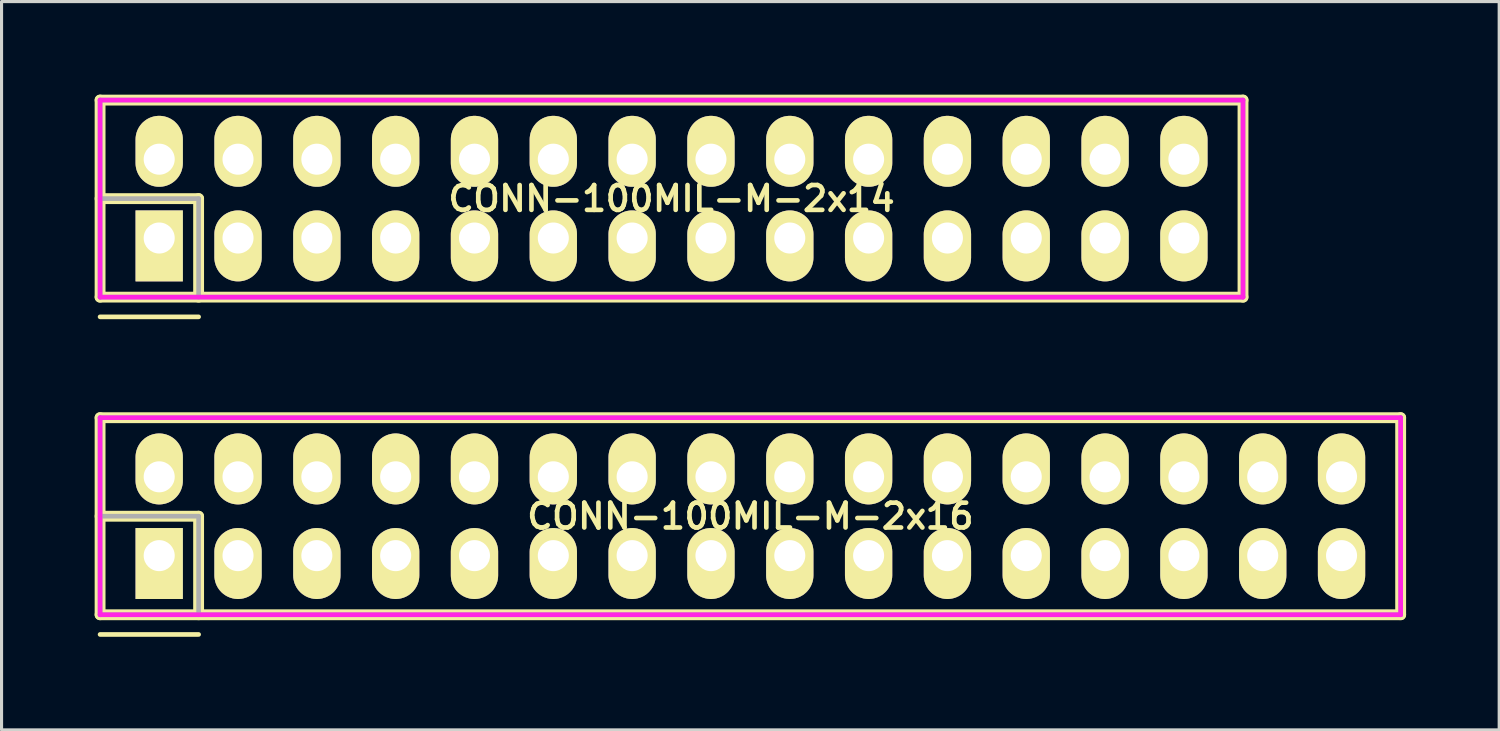
<source format=kicad_pcb>
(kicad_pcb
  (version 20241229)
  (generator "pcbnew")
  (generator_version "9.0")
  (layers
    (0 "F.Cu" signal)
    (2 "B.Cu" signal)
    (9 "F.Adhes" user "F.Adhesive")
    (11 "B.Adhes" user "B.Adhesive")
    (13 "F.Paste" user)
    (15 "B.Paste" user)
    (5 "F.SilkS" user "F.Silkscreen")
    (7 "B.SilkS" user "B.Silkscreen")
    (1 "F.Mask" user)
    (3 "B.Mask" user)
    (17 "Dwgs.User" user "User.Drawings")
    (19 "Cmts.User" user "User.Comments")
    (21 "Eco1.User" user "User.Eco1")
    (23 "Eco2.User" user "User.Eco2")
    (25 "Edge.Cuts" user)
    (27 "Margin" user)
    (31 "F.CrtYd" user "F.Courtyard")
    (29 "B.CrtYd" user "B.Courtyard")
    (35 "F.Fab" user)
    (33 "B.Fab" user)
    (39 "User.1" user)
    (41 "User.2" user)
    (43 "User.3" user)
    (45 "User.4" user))
  (footprint "CONN-100MIL-M-2x16"
    (layer "F.Cu")
    (at 21.13 13.585)
    (property "Reference" "CONN-100MIL-M-2x16" (at 0 0 0) (layer "F.SilkS") (effects (font (size 0.8 0.8) (thickness 0.15))))
    (attr through_hole)
    (fp_line (start -20.955 -3.175) (end 20.955 -3.175) (stroke (width 0.35) (type solid)) (layer "F.SilkS"))
    (fp_line (start -20.955 0) (end -17.78 0) (stroke (width 0.35) (type solid)) (layer "F.SilkS"))
    (fp_line (start -20.955 3.175) (end -20.955 -3.175) (stroke (width 0.35) (type solid)) (layer "F.SilkS"))
    (fp_line (start -20.955 3.81) (end -17.78 3.81) (stroke (width 0.15) (type solid)) (layer "F.SilkS"))
    (fp_line (start -17.78 0) (end -17.78 3.175) (stroke (width 0.35) (type solid)) (layer "F.SilkS"))
    (fp_line (start 20.955 -3.175) (end 20.955 3.175) (stroke (width 0.35) (type solid)) (layer "F.SilkS"))
    (fp_line (start 20.955 3.175) (end -20.955 3.175) (stroke (width 0.35) (type solid)) (layer "F.SilkS"))
    (fp_line (start -20.955 -3.175) (end 20.955 -3.175) (stroke (width 0.15) (type solid)) (layer "F.CrtYd"))
    (fp_line (start -20.955 3.175) (end -20.955 -3.175) (stroke (width 0.15) (type solid)) (layer "F.CrtYd"))
    (fp_line (start 20.955 -3.175) (end 20.955 3.175) (stroke (width 0.15) (type solid)) (layer "F.CrtYd"))
    (fp_line (start 20.955 3.175) (end -20.955 3.175) (stroke (width 0.15) (type solid)) (layer "F.CrtYd"))
    (fp_line (start -20.955 -3.175) (end 20.955 -3.175) (stroke (width 0.15) (type solid)) (layer "F.Fab"))
    (fp_line (start -20.955 0) (end -17.78 0) (stroke (width 0.15) (type solid)) (layer "F.Fab"))
    (fp_line (start -20.955 3.175) (end -20.955 -3.175) (stroke (width 0.15) (type solid)) (layer "F.Fab"))
    (fp_line (start -17.78 0) (end -17.78 3.175) (stroke (width 0.15) (type solid)) (layer "F.Fab"))
    (fp_line (start 20.955 -3.175) (end 20.955 3.175) (stroke (width 0.15) (type solid)) (layer "F.Fab"))
    (fp_line (start 20.955 3.175) (end -20.955 3.175) (stroke (width 0.15) (type solid)) (layer "F.Fab"))
    (pad "1" thru_hole rect (at -19.05 1.27) (size 1.524 2.286) (drill 1 (offset 0 0.254)) (layers "*.Cu" "*.Mask" "F.SilkS"))
    (pad "2" thru_hole oval (at -19.05 -1.27) (size 1.524 2.286) (drill 1 (offset 0 -0.254)) (layers "*.Cu" "*.Mask" "F.SilkS"))
    (pad "3" thru_hole oval (at -16.51 1.27) (size 1.524 2.286) (drill 1 (offset 0 0.254)) (layers "*.Cu" "*.Mask" "F.SilkS"))
    (pad "4" thru_hole oval (at -16.51 -1.27) (size 1.524 2.286) (drill 1 (offset 0 -0.254)) (layers "*.Cu" "*.Mask" "F.SilkS"))
    (pad "5" thru_hole oval (at -13.97 1.27) (size 1.524 2.286) (drill 1 (offset 0 0.254)) (layers "*.Cu" "*.Mask" "F.SilkS"))
    (pad "6" thru_hole oval (at -13.97 -1.27) (size 1.524 2.286) (drill 1 (offset 0 -0.254)) (layers "*.Cu" "*.Mask" "F.SilkS"))
    (pad "7" thru_hole oval (at -11.43 1.27) (size 1.524 2.286) (drill 1 (offset 0 0.254)) (layers "*.Cu" "*.Mask" "F.SilkS"))
    (pad "8" thru_hole oval (at -11.43 -1.27) (size 1.524 2.286) (drill 1 (offset 0 -0.254)) (layers "*.Cu" "*.Mask" "F.SilkS"))
    (pad "9" thru_hole oval (at -8.89 1.27) (size 1.524 2.286) (drill 1 (offset 0 0.254)) (layers "*.Cu" "*.Mask" "F.SilkS"))
    (pad "10" thru_hole oval (at -8.89 -1.27) (size 1.524 2.286) (drill 1 (offset 0 -0.254)) (layers "*.Cu" "*.Mask" "F.SilkS"))
    (pad "11" thru_hole oval (at -6.35 1.27) (size 1.524 2.286) (drill 1 (offset 0 0.254)) (layers "*.Cu" "*.Mask" "F.SilkS"))
    (pad "12" thru_hole oval (at -6.35 -1.27) (size 1.524 2.286) (drill 1 (offset 0 -0.254)) (layers "*.Cu" "*.Mask" "F.SilkS"))
    (pad "13" thru_hole oval (at -3.81 1.27) (size 1.524 2.286) (drill 1 (offset 0 0.254)) (layers "*.Cu" "*.Mask" "F.SilkS"))
    (pad "14" thru_hole oval (at -3.81 -1.27) (size 1.524 2.286) (drill 1 (offset 0 -0.254)) (layers "*.Cu" "*.Mask" "F.SilkS"))
    (pad "15" thru_hole oval (at -1.27 1.27) (size 1.524 2.286) (drill 1 (offset 0 0.254)) (layers "*.Cu" "*.Mask" "F.SilkS"))
    (pad "16" thru_hole oval (at -1.27 -1.27) (size 1.524 2.286) (drill 1 (offset 0 -0.254)) (layers "*.Cu" "*.Mask" "F.SilkS"))
    (pad "17" thru_hole oval (at 1.27 1.27) (size 1.524 2.286) (drill 1 (offset 0 0.254)) (layers "*.Cu" "*.Mask" "F.SilkS"))
    (pad "18" thru_hole oval (at 1.27 -1.27) (size 1.524 2.286) (drill 1 (offset 0 -0.254)) (layers "*.Cu" "*.Mask" "F.SilkS"))
    (pad "19" thru_hole oval (at 3.81 1.27) (size 1.524 2.286) (drill 1 (offset 0 0.254)) (layers "*.Cu" "*.Mask" "F.SilkS"))
    (pad "20" thru_hole oval (at 3.81 -1.27) (size 1.524 2.286) (drill 1 (offset 0 -0.254)) (layers "*.Cu" "*.Mask" "F.SilkS"))
    (pad "21" thru_hole oval (at 6.35 1.27) (size 1.524 2.286) (drill 1 (offset 0 0.254)) (layers "*.Cu" "*.Mask" "F.SilkS"))
    (pad "22" thru_hole oval (at 6.35 -1.27) (size 1.524 2.286) (drill 1 (offset 0 -0.254)) (layers "*.Cu" "*.Mask" "F.SilkS"))
    (pad "23" thru_hole oval (at 8.89 1.27) (size 1.524 2.286) (drill 1 (offset 0 0.254)) (layers "*.Cu" "*.Mask" "F.SilkS"))
    (pad "24" thru_hole oval (at 8.89 -1.27) (size 1.524 2.286) (drill 1 (offset 0 -0.254)) (layers "*.Cu" "*.Mask" "F.SilkS"))
    (pad "25" thru_hole oval (at 11.43 1.27) (size 1.524 2.286) (drill 1 (offset 0 0.254)) (layers "*.Cu" "*.Mask" "F.SilkS"))
    (pad "26" thru_hole oval (at 11.43 -1.27) (size 1.524 2.286) (drill 1 (offset 0 -0.254)) (layers "*.Cu" "*.Mask" "F.SilkS"))
    (pad "27" thru_hole oval (at 13.97 1.27) (size 1.524 2.286) (drill 1 (offset 0 0.254)) (layers "*.Cu" "*.Mask" "F.SilkS"))
    (pad "28" thru_hole oval (at 13.97 -1.27) (size 1.524 2.286) (drill 1 (offset 0 -0.254)) (layers "*.Cu" "*.Mask" "F.SilkS"))
    (pad "29" thru_hole oval (at 16.51 1.27) (size 1.524 2.286) (drill 1 (offset 0 0.254)) (layers "*.Cu" "*.Mask" "F.SilkS"))
    (pad "30" thru_hole oval (at 16.51 -1.27) (size 1.524 2.286) (drill 1 (offset 0 -0.254)) (layers "*.Cu" "*.Mask" "F.SilkS"))
    (pad "31" thru_hole oval (at 19.05 1.27) (size 1.524 2.286) (drill 1 (offset 0 0.254)) (layers "*.Cu" "*.Mask" "F.SilkS"))
    (pad "32" thru_hole oval (at 19.05 -1.27) (size 1.524 2.286) (drill 1 (offset 0 -0.254)) (layers "*.Cu" "*.Mask" "F.SilkS")))
  (footprint "CONN-100MIL-M-2x14"
    (layer "F.Cu")
    (at 18.59 3.35)
    (property "Reference" "CONN-100MIL-M-2x14" (at 0 0 0) (layer "F.SilkS") (effects (font (size 0.8 0.8) (thickness 0.15))))
    (attr through_hole)
    (fp_line (start -18.415 -3.175) (end 18.415 -3.175) (stroke (width 0.35) (type solid)) (layer "F.SilkS"))
    (fp_line (start -18.415 0) (end -15.24 0) (stroke (width 0.35) (type solid)) (layer "F.SilkS"))
    (fp_line (start -18.415 3.175) (end -18.415 -3.175) (stroke (width 0.35) (type solid)) (layer "F.SilkS"))
    (fp_line (start -18.415 3.81) (end -15.24 3.81) (stroke (width 0.15) (type solid)) (layer "F.SilkS"))
    (fp_line (start -15.24 0) (end -15.24 3.175) (stroke (width 0.35) (type solid)) (layer "F.SilkS"))
    (fp_line (start 18.415 -3.175) (end 18.415 3.175) (stroke (width 0.35) (type solid)) (layer "F.SilkS"))
    (fp_line (start 18.415 3.175) (end -18.415 3.175) (stroke (width 0.35) (type solid)) (layer "F.SilkS"))
    (fp_line (start -18.415 -3.175) (end 18.415 -3.175) (stroke (width 0.15) (type solid)) (layer "F.CrtYd"))
    (fp_line (start -18.415 3.175) (end -18.415 -3.175) (stroke (width 0.15) (type solid)) (layer "F.CrtYd"))
    (fp_line (start 18.415 -3.175) (end 18.415 3.175) (stroke (width 0.15) (type solid)) (layer "F.CrtYd"))
    (fp_line (start 18.415 3.175) (end -18.415 3.175) (stroke (width 0.15) (type solid)) (layer "F.CrtYd"))
    (fp_line (start -18.415 -3.175) (end 18.415 -3.175) (stroke (width 0.15) (type solid)) (layer "F.Fab"))
    (fp_line (start -18.415 0) (end -15.24 0) (stroke (width 0.15) (type solid)) (layer "F.Fab"))
    (fp_line (start -18.415 3.175) (end -18.415 -3.175) (stroke (width 0.15) (type solid)) (layer "F.Fab"))
    (fp_line (start -15.24 0) (end -15.24 3.175) (stroke (width 0.15) (type solid)) (layer "F.Fab"))
    (fp_line (start 18.415 -3.175) (end 18.415 3.175) (stroke (width 0.15) (type solid)) (layer "F.Fab"))
    (fp_line (start 18.415 3.175) (end -18.415 3.175) (stroke (width 0.15) (type solid)) (layer "F.Fab"))
    (pad "1" thru_hole rect (at -16.51 1.27) (size 1.524 2.286) (drill 1 (offset 0 0.254)) (layers "*.Cu" "*.Mask" "F.SilkS"))
    (pad "2" thru_hole oval (at -16.51 -1.27) (size 1.524 2.286) (drill 1 (offset 0 -0.254)) (layers "*.Cu" "*.Mask" "F.SilkS"))
    (pad "3" thru_hole oval (at -13.97 1.27) (size 1.524 2.286) (drill 1 (offset 0 0.254)) (layers "*.Cu" "*.Mask" "F.SilkS"))
    (pad "4" thru_hole oval (at -13.97 -1.27) (size 1.524 2.286) (drill 1 (offset 0 -0.254)) (layers "*.Cu" "*.Mask" "F.SilkS"))
    (pad "5" thru_hole oval (at -11.43 1.27) (size 1.524 2.286) (drill 1 (offset 0 0.254)) (layers "*.Cu" "*.Mask" "F.SilkS"))
    (pad "6" thru_hole oval (at -11.43 -1.27) (size 1.524 2.286) (drill 1 (offset 0 -0.254)) (layers "*.Cu" "*.Mask" "F.SilkS"))
    (pad "7" thru_hole oval (at -8.89 1.27) (size 1.524 2.286) (drill 1 (offset 0 0.254)) (layers "*.Cu" "*.Mask" "F.SilkS"))
    (pad "8" thru_hole oval (at -8.89 -1.27) (size 1.524 2.286) (drill 1 (offset 0 -0.254)) (layers "*.Cu" "*.Mask" "F.SilkS"))
    (pad "9" thru_hole oval (at -6.35 1.27) (size 1.524 2.286) (drill 1 (offset 0 0.254)) (layers "*.Cu" "*.Mask" "F.SilkS"))
    (pad "10" thru_hole oval (at -6.35 -1.27) (size 1.524 2.286) (drill 1 (offset 0 -0.254)) (layers "*.Cu" "*.Mask" "F.SilkS"))
    (pad "11" thru_hole oval (at -3.81 1.27) (size 1.524 2.286) (drill 1 (offset 0 0.254)) (layers "*.Cu" "*.Mask" "F.SilkS"))
    (pad "12" thru_hole oval (at -3.81 -1.27) (size 1.524 2.286) (drill 1 (offset 0 -0.254)) (layers "*.Cu" "*.Mask" "F.SilkS"))
    (pad "13" thru_hole oval (at -1.27 1.27) (size 1.524 2.286) (drill 1 (offset 0 0.254)) (layers "*.Cu" "*.Mask" "F.SilkS"))
    (pad "14" thru_hole oval (at -1.27 -1.27) (size 1.524 2.286) (drill 1 (offset 0 -0.254)) (layers "*.Cu" "*.Mask" "F.SilkS"))
    (pad "15" thru_hole oval (at 1.27 1.27) (size 1.524 2.286) (drill 1 (offset 0 0.254)) (layers "*.Cu" "*.Mask" "F.SilkS"))
    (pad "16" thru_hole oval (at 1.27 -1.27) (size 1.524 2.286) (drill 1 (offset 0 -0.254)) (layers "*.Cu" "*.Mask" "F.SilkS"))
    (pad "17" thru_hole oval (at 3.81 1.27) (size 1.524 2.286) (drill 1 (offset 0 0.254)) (layers "*.Cu" "*.Mask" "F.SilkS"))
    (pad "18" thru_hole oval (at 3.81 -1.27) (size 1.524 2.286) (drill 1 (offset 0 -0.254)) (layers "*.Cu" "*.Mask" "F.SilkS"))
    (pad "19" thru_hole oval (at 6.35 1.27) (size 1.524 2.286) (drill 1 (offset 0 0.254)) (layers "*.Cu" "*.Mask" "F.SilkS"))
    (pad "20" thru_hole oval (at 6.35 -1.27) (size 1.524 2.286) (drill 1 (offset 0 -0.254)) (layers "*.Cu" "*.Mask" "F.SilkS"))
    (pad "21" thru_hole oval (at 8.89 1.27) (size 1.524 2.286) (drill 1 (offset 0 0.254)) (layers "*.Cu" "*.Mask" "F.SilkS"))
    (pad "22" thru_hole oval (at 8.89 -1.27) (size 1.524 2.286) (drill 1 (offset 0 -0.254)) (layers "*.Cu" "*.Mask" "F.SilkS"))
    (pad "23" thru_hole oval (at 11.43 1.27) (size 1.524 2.286) (drill 1 (offset 0 0.254)) (layers "*.Cu" "*.Mask" "F.SilkS"))
    (pad "24" thru_hole oval (at 11.43 -1.27) (size 1.524 2.286) (drill 1 (offset 0 -0.254)) (layers "*.Cu" "*.Mask" "F.SilkS"))
    (pad "25" thru_hole oval (at 13.97 1.27) (size 1.524 2.286) (drill 1 (offset 0 0.254)) (layers "*.Cu" "*.Mask" "F.SilkS"))
    (pad "26" thru_hole oval (at 13.97 -1.27) (size 1.524 2.286) (drill 1 (offset 0 -0.254)) (layers "*.Cu" "*.Mask" "F.SilkS"))
    (pad "27" thru_hole oval (at 16.51 1.27) (size 1.524 2.286) (drill 1 (offset 0 0.254)) (layers "*.Cu" "*.Mask" "F.SilkS"))
    (pad "28" thru_hole oval (at 16.51 -1.27) (size 1.524 2.286) (drill 1 (offset 0 -0.254)) (layers "*.Cu" "*.Mask" "F.SilkS")))
  (gr_rect
    (start -3 -3)
    (end 45.26 20.47)
    (stroke (width 0.1) (type default))
    (fill no)
    (layer "Edge.Cuts")))
</source>
